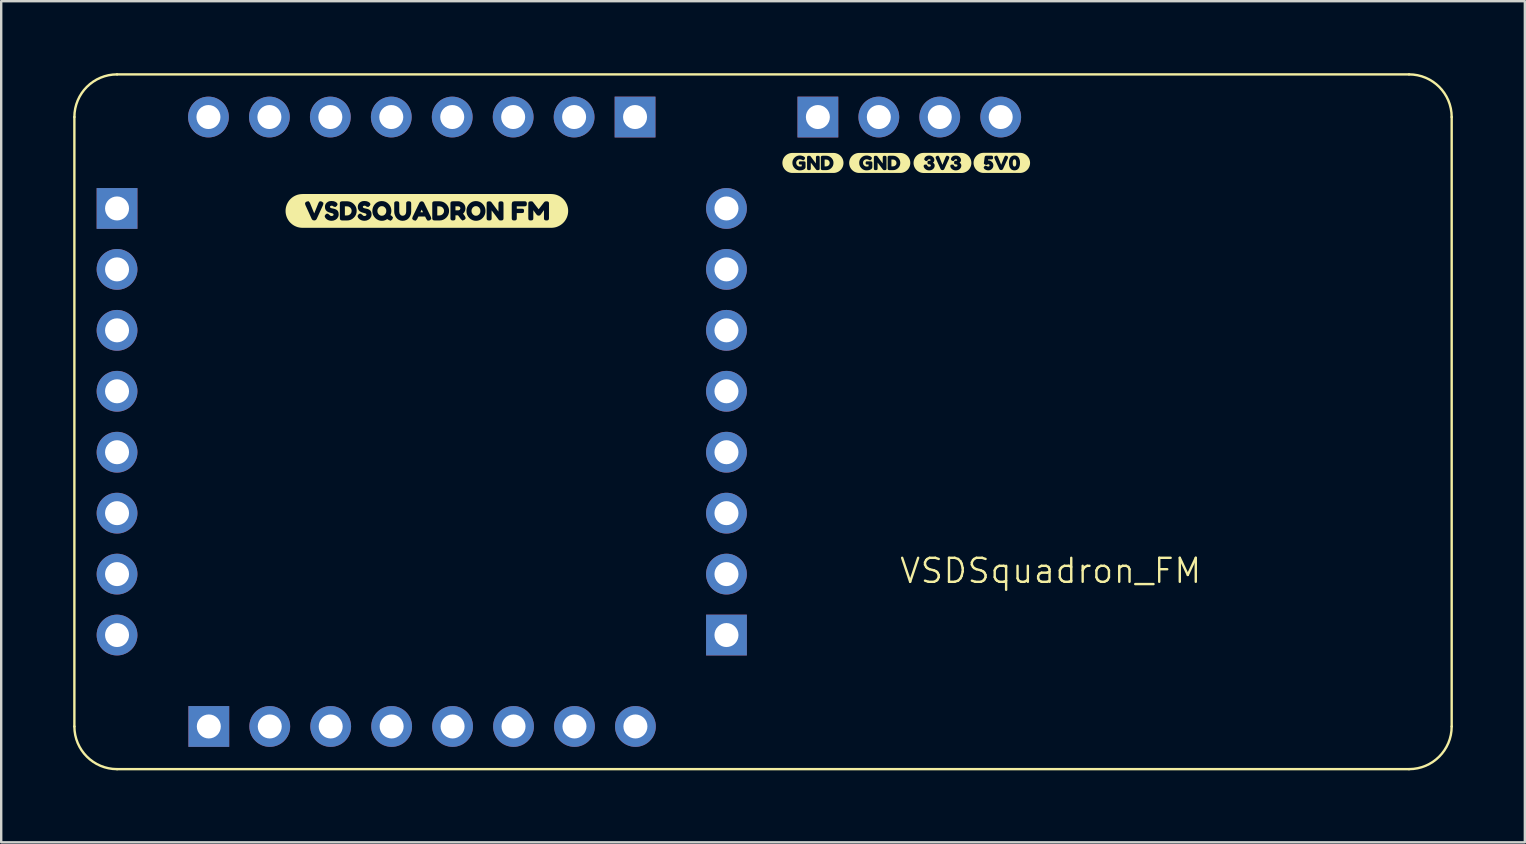
<source format=kicad_pcb>
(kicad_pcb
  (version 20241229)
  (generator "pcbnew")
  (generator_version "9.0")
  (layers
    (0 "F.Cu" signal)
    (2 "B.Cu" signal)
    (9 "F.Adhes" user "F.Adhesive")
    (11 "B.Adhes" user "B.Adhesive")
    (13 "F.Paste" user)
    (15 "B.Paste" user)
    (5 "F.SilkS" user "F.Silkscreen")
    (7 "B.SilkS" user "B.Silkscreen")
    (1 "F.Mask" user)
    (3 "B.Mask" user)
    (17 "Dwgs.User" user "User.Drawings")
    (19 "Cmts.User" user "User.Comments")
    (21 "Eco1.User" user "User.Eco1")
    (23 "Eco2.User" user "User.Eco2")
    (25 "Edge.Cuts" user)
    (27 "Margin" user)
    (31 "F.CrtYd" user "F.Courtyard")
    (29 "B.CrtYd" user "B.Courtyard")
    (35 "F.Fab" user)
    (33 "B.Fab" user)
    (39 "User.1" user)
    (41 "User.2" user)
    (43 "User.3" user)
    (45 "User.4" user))
  (footprint "VSDSquadron_FM"
    (layer "F.Cu")
    (at 40.741 21.241)
    (property "Reference" "VSDSquadron_FM" (at 0 -0.5 0) (unlocked yes) (layer "F.SilkS") (effects (font (size 1 1) (thickness 0.1))))
    (attr smd)
    (fp_line (start -40.691 5.987) (end -40.691 -19.413) (stroke (width 0.1) (type default)) (layer "F.SilkS"))
    (fp_line (start -38.913 -21.191) (end 14.935 -21.191) (stroke (width 0.1) (type default)) (layer "F.SilkS"))
    (fp_line (start 14.935 7.765) (end -38.913 7.765) (stroke (width 0.1) (type default)) (layer "F.SilkS"))
    (fp_line (start 16.713 -19.413) (end 16.713 5.987) (stroke (width 0.1) (type default)) (layer "F.SilkS"))
    (fp_arc (start -40.690764 -19.412764) (mid -40.17 -20.67) (end -38.912764 -21.190764) (stroke (width 0.1) (type default)) (layer "F.SilkS"))
    (fp_arc (start -38.912764 7.765236) (mid -40.17 7.244472) (end -40.690764 5.987236) (stroke (width 0.1) (type default)) (layer "F.SilkS"))
    (fp_arc (start 14.935236 -21.190764) (mid 16.192447 -20.669975) (end 16.713236 -19.412764) (stroke (width 0.1) (type default)) (layer "F.SilkS"))
    (fp_arc (start 16.713236 5.987236) (mid 16.192461 7.244461) (end 14.935236 7.765236) (stroke (width 0.1) (type default)) (layer "F.SilkS"))
    (fp_poly (pts (xy -26.215 -15.556) (xy -26.268 -15.445) (xy -26.161 -15.445) (xy -26.215 -15.556)) (stroke (width 0) (type solid)) (fill yes) (layer "F.SilkS"))
    (fp_poly (pts (xy -24.808 -15.525) (xy -24.682 -15.525) (xy -24.627 -15.546) (xy -24.601 -15.609) (xy -24.625 -15.668) (xy -24.684 -15.692) (xy -24.808 -15.692) (xy -24.808 -15.525)) (stroke (width 0) (type solid)) (fill yes) (layer "F.SilkS"))
    (fp_poly (pts (xy -29.417 -15.311) (xy -29.324 -15.311) (xy -29.252 -15.325) (xy -29.19 -15.367) (xy -29.148 -15.428) (xy -29.134 -15.501) (xy -29.148 -15.574) (xy -29.19 -15.636) (xy -29.252 -15.678) (xy -29.325 -15.692) (xy -29.417 -15.692) (xy -29.417 -15.311)) (stroke (width 0) (type solid)) (fill yes) (layer "F.SilkS"))
    (fp_poly (pts (xy -25.566 -15.311) (xy -25.473 -15.311) (xy -25.401 -15.325) (xy -25.339 -15.367) (xy -25.297 -15.428) (xy -25.283 -15.501) (xy -25.297 -15.574) (xy -25.339 -15.636) (xy -25.401 -15.678) (xy -25.474 -15.692) (xy -25.566 -15.692) (xy -25.566 -15.311)) (stroke (width 0) (type solid)) (fill yes) (layer "F.SilkS"))
    (fp_poly (pts (xy -9.422 -17.357) (xy -9.352 -17.357) (xy -9.298 -17.367) (xy -9.252 -17.398) (xy -9.22 -17.444) (xy -9.21 -17.499) (xy -9.22 -17.554) (xy -9.252 -17.6) (xy -9.298 -17.632) (xy -9.353 -17.642) (xy -9.422 -17.642) (xy -9.422 -17.357)) (stroke (width 0) (type solid)) (fill yes) (layer "F.SilkS"))
    (fp_poly (pts (xy -6.638 -17.357) (xy -6.568 -17.357) (xy -6.514 -17.367) (xy -6.468 -17.398) (xy -6.436 -17.444) (xy -6.426 -17.499) (xy -6.436 -17.554) (xy -6.468 -17.6) (xy -6.514 -17.632) (xy -6.569 -17.642) (xy -6.638 -17.642) (xy -6.638 -17.357)) (stroke (width 0) (type solid)) (fill yes) (layer "F.SilkS"))
    (fp_poly (pts (xy -27.876 -15.297) (xy -27.804 -15.312) (xy -27.743 -15.355) (xy -27.702 -15.42) (xy -27.689 -15.499) (xy -27.702 -15.577) (xy -27.744 -15.642) (xy -27.804 -15.687) (xy -27.875 -15.701) (xy -27.947 -15.687) (xy -28.008 -15.642) (xy -28.049 -15.577) (xy -28.063 -15.499) (xy -28.049 -15.421) (xy -28.008 -15.356) (xy -27.948 -15.312) (xy -27.876 -15.297)) (stroke (width 0) (type solid)) (fill yes) (layer "F.SilkS"))
    (fp_poly (pts (xy -23.954 -15.297) (xy -23.881 -15.312) (xy -23.821 -15.355) (xy -23.78 -15.42) (xy -23.767 -15.499) (xy -23.78 -15.577) (xy -23.821 -15.642) (xy -23.882 -15.687) (xy -23.953 -15.701) (xy -24.025 -15.687) (xy -24.086 -15.642) (xy -24.127 -15.577) (xy -24.141 -15.499) (xy -24.127 -15.422) (xy -24.085 -15.357) (xy -24.025 -15.312) (xy -23.954 -15.297)) (stroke (width 0) (type solid)) (fill yes) (layer "F.SilkS"))
    (fp_poly (pts (xy -1.51 -17.348) (xy -1.474 -17.36) (xy -1.452 -17.386) (xy -1.441 -17.425) (xy -1.436 -17.462) (xy -1.436 -17.497) (xy -1.436 -17.501) (xy -1.44 -17.568) (xy -1.454 -17.616) (xy -1.477 -17.644) (xy -1.509 -17.654) (xy -1.541 -17.644) (xy -1.564 -17.615) (xy -1.578 -17.567) (xy -1.583 -17.5) (xy -1.578 -17.434) (xy -1.564 -17.386) (xy -1.542 -17.358) (xy -1.51 -17.348)) (stroke (width 0) (type solid)) (fill yes) (layer "F.SilkS"))
    (fp_poly (pts (xy -2.795 -17.922) (xy -2.796 -17.922) (xy -2.837 -17.92) (xy -2.877 -17.914) (xy -2.917 -17.904) (xy -2.956 -17.89) (xy -2.993 -17.872) (xy -3.029 -17.851) (xy -3.062 -17.826) (xy -3.092 -17.799) (xy -3.12 -17.768) (xy -3.144 -17.735) (xy -3.165 -17.7) (xy -3.183 -17.663) (xy -3.197 -17.624) (xy -3.207 -17.584) (xy -3.213 -17.543) (xy -3.215 -17.502) (xy -3.213 -17.461) (xy -3.207 -17.421) (xy -3.197 -17.381) (xy -3.183 -17.342) (xy -3.165 -17.305) (xy -3.144 -17.269) (xy -3.12 -17.236) (xy -3.092 -17.206) (xy -3.062 -17.178) (xy -3.029 -17.154) (xy -2.993 -17.133) (xy -2.956 -17.115) (xy -2.917 -17.101) (xy -2.877 -17.091) (xy -2.837 -17.085) (xy -2.796 -17.083) (xy -2.795 -17.083) (xy -2.597 -17.083) (xy -2.597 -17.19) (xy -2.644 -17.194) (xy -2.686 -17.205) (xy -2.745 -17.235) (xy -2.763 -17.25) (xy -2.795 -17.303) (xy -2.764 -17.361) (xy -2.711 -17.39) (xy -2.652 -17.362) (xy -2.602 -17.348) (xy -2.561 -17.361) (xy -2.547 -17.397) (xy -2.562 -17.433) (xy -2.6 -17.447) (xy -2.633 -17.435) (xy -2.681 -17.414) (xy -2.737 -17.432) (xy -2.775 -17.457) (xy -2.786 -17.482) (xy -2.754 -17.726) (xy -2.75 -17.75) (xy -2.74 -17.774) (xy -2.716 -17.796) (xy -2.675 -17.804) (xy -2.479 -17.803) (xy -2.449 -17.802) (xy -2.426 -17.793) (xy -2.407 -17.769) (xy -2.401 -17.723) (xy -2.406 -17.68) (xy -2.425 -17.657) (xy -2.447 -17.649) (xy -2.474 -17.648) (xy -2.607 -17.648) (xy -2.613 -17.602) (xy -2.598 -17.604) (xy -2.594 -17.604) (xy -2.542 -17.597) (xy -2.494 -17.577) (xy -2.45 -17.544) (xy -2.416 -17.501) (xy -2.395 -17.454) (xy -2.389 -17.403) (xy -2.395 -17.346) (xy -2.415 -17.296) (xy -2.449 -17.252) (xy -2.492 -17.218) (xy -2.541 -17.197) (xy -2.597 -17.19) (xy -2.597 -17.083) (xy -2.062 -17.083) (xy -2.062 -17.202) (xy -2.111 -17.213) (xy -2.14 -17.245) (xy -2.343 -17.692) (xy -2.352 -17.752) (xy -2.304 -17.793) (xy -2.239 -17.806) (xy -2.2 -17.757) (xy -2.064 -17.423) (xy -1.929 -17.757) (xy -1.888 -17.805) (xy -1.825 -17.793) (xy -1.775 -17.752) (xy -1.785 -17.692) (xy -1.989 -17.245) (xy -2.018 -17.214) (xy -2.062 -17.202) (xy -2.062 -17.083) (xy -1.506 -17.083) (xy -1.506 -17.19) (xy -1.552 -17.194) (xy -1.593 -17.205) (xy -1.628 -17.222) (xy -1.656 -17.246) (xy -1.698 -17.302) (xy -1.713 -17.335) (xy -1.724 -17.37) (xy -1.736 -17.438) (xy -1.74 -17.501) (xy -1.739 -17.537) (xy -1.735 -17.573) (xy -1.728 -17.611) (xy -1.716 -17.654) (xy -1.699 -17.696) (xy -1.677 -17.732) (xy -1.648 -17.763) (xy -1.609 -17.788) (xy -1.562 -17.805) (xy -1.508 -17.811) (xy -1.455 -17.805) (xy -1.409 -17.789) (xy -1.371 -17.764) (xy -1.342 -17.733) (xy -1.32 -17.697) (xy -1.303 -17.656) (xy -1.291 -17.614) (xy -1.283 -17.575) (xy -1.28 -17.538) (xy -1.279 -17.5) (xy -1.28 -17.462) (xy -1.284 -17.423) (xy -1.292 -17.384) (xy -1.304 -17.342) (xy -1.321 -17.301) (xy -1.343 -17.266) (xy -1.372 -17.236) (xy -1.409 -17.212) (xy -1.455 -17.196) (xy -1.506 -17.19) (xy -1.506 -17.083) (xy -1.279 -17.083) (xy -1.279 -17.083) (xy -1.238 -17.085) (xy -1.197 -17.091) (xy -1.157 -17.101) (xy -1.118 -17.115) (xy -1.081 -17.133) (xy -1.046 -17.154) (xy -1.013 -17.178) (xy -0.982 -17.206) (xy -0.955 -17.236) (xy -0.93 -17.269) (xy -0.909 -17.305) (xy -0.891 -17.342) (xy -0.877 -17.381) (xy -0.867 -17.421) (xy -0.861 -17.461) (xy -0.859 -17.502) (xy -0.861 -17.543) (xy -0.867 -17.584) (xy -0.877 -17.624) (xy -0.891 -17.663) (xy -0.909 -17.7) (xy -0.93 -17.735) (xy -0.955 -17.768) (xy -0.982 -17.799) (xy -1.013 -17.826) (xy -1.046 -17.851) (xy -1.081 -17.872) (xy -1.118 -17.89) (xy -1.157 -17.904) (xy -1.197 -17.914) (xy -1.238 -17.92) (xy -1.279 -17.922) (xy -1.279 -17.922) (xy -2.795 -17.922)) (stroke (width 0) (type solid)) (fill yes) (layer "F.SilkS"))
    (fp_poly (pts (xy -10.765 -17.917) (xy -10.765 -17.917) (xy -10.806 -17.915) (xy -10.847 -17.909) (xy -10.886 -17.899) (xy -10.925 -17.885) (xy -10.962 -17.868) (xy -10.997 -17.847) (xy -11.03 -17.822) (xy -11.06 -17.795) (xy -11.088 -17.765) (xy -11.112 -17.732) (xy -11.133 -17.697) (xy -11.151 -17.66) (xy -11.165 -17.621) (xy -11.174 -17.581) (xy -11.18 -17.541) (xy -11.182 -17.5) (xy -11.18 -17.459) (xy -11.174 -17.419) (xy -11.165 -17.379) (xy -11.151 -17.34) (xy -11.133 -17.303) (xy -11.112 -17.268) (xy -11.088 -17.235) (xy -11.06 -17.205) (xy -11.03 -17.178) (xy -10.997 -17.153) (xy -10.962 -17.132) (xy -10.925 -17.115) (xy -10.886 -17.101) (xy -10.847 -17.091) (xy -10.806 -17.085) (xy -10.765 -17.083) (xy -10.765 -17.083) (xy -10.463 -17.083) (xy -10.463 -17.19) (xy -10.523 -17.196) (xy -10.578 -17.214) (xy -10.629 -17.243) (xy -10.676 -17.284) (xy -10.715 -17.333) (xy -10.743 -17.386) (xy -10.76 -17.445) (xy -10.765 -17.508) (xy -10.76 -17.568) (xy -10.743 -17.623) (xy -10.714 -17.674) (xy -10.675 -17.721) (xy -10.627 -17.76) (xy -10.575 -17.788) (xy -10.518 -17.804) (xy -10.457 -17.81) (xy -10.413 -17.807) (xy -10.365 -17.797) (xy -10.32 -17.783) (xy -10.283 -17.763) (xy -10.259 -17.745) (xy -10.243 -17.727) (xy -10.235 -17.703) (xy -10.255 -17.655) (xy -10.286 -17.62) (xy -10.318 -17.609) (xy -10.364 -17.629) (xy -10.408 -17.647) (xy -10.461 -17.653) (xy -10.518 -17.642) (xy -10.565 -17.61) (xy -10.597 -17.563) (xy -10.608 -17.506) (xy -10.597 -17.447) (xy -10.564 -17.396) (xy -10.515 -17.361) (xy -10.46 -17.349) (xy -10.41 -17.352) (xy -10.374 -17.36) (xy -10.374 -17.434) (xy -10.437 -17.434) (xy -10.461 -17.435) (xy -10.479 -17.442) (xy -10.493 -17.462) (xy -10.497 -17.501) (xy -10.493 -17.539) (xy -10.477 -17.559) (xy -10.458 -17.566) (xy -10.435 -17.567) (xy -10.285 -17.567) (xy -10.252 -17.561) (xy -10.231 -17.55) (xy -10.221 -17.533) (xy -10.217 -17.514) (xy -10.217 -17.492) (xy -10.217 -17.316) (xy -10.237 -17.267) (xy -10.262 -17.243) (xy -10.293 -17.224) (xy -10.341 -17.205) (xy -10.397 -17.194) (xy -10.463 -17.19) (xy -10.463 -17.083) (xy -10.077 -17.083) (xy -10.077 -17.199) (xy -10.121 -17.205) (xy -10.144 -17.224) (xy -10.152 -17.248) (xy -10.154 -17.278) (xy -10.154 -17.723) (xy -10.152 -17.752) (xy -10.144 -17.775) (xy -10.12 -17.793) (xy -10.075 -17.799) (xy -10.036 -17.794) (xy -10.014 -17.783) (xy -9.999 -17.765) (xy -9.784 -17.477) (xy -9.784 -17.723) (xy -9.782 -17.752) (xy -9.774 -17.774) (xy -9.75 -17.793) (xy -9.705 -17.799) (xy -9.661 -17.793) (xy -9.636 -17.773) (xy -9.628 -17.749) (xy -9.627 -17.72) (xy -9.627 -17.277) (xy -9.628 -17.247) (xy -9.636 -17.224) (xy -9.661 -17.205) (xy -9.706 -17.199) (xy -9.75 -17.203) (xy -9.776 -17.222) (xy -9.998 -17.515) (xy -9.998 -17.277) (xy -9.999 -17.247) (xy -10.007 -17.224) (xy -10.031 -17.205) (xy -10.077 -17.199) (xy -10.077 -17.083) (xy -9.501 -17.083) (xy -9.501 -17.2) (xy -9.544 -17.206) (xy -9.568 -17.224) (xy -9.577 -17.248) (xy -9.579 -17.279) (xy -9.579 -17.722) (xy -9.578 -17.751) (xy -9.57 -17.775) (xy -9.545 -17.794) (xy -9.5 -17.8) (xy -9.352 -17.8) (xy -9.293 -17.794) (xy -9.238 -17.778) (xy -9.188 -17.75) (xy -9.141 -17.712) (xy -9.103 -17.666) (xy -9.075 -17.616) (xy -9.058 -17.561) (xy -9.053 -17.503) (xy -9.058 -17.442) (xy -9.075 -17.386) (xy -9.103 -17.335) (xy -9.141 -17.288) (xy -9.188 -17.25) (xy -9.239 -17.222) (xy -9.295 -17.205) (xy -9.355 -17.2) (xy -9.501 -17.2) (xy -9.501 -17.083) (xy -9.053 -17.083) (xy -9.053 -17.083) (xy -9.012 -17.085) (xy -8.971 -17.091) (xy -8.932 -17.101) (xy -8.893 -17.115) (xy -8.856 -17.132) (xy -8.821 -17.153) (xy -8.788 -17.178) (xy -8.758 -17.205) (xy -8.73 -17.235) (xy -8.706 -17.268) (xy -8.685 -17.303) (xy -8.667 -17.34) (xy -8.654 -17.379) (xy -8.644 -17.419) (xy -8.638 -17.459) (xy -8.636 -17.5) (xy -8.638 -17.541) (xy -8.644 -17.581) (xy -8.654 -17.621) (xy -8.667 -17.66) (xy -8.685 -17.697) (xy -8.706 -17.732) (xy -8.73 -17.765) (xy -8.758 -17.795) (xy -8.788 -17.822) (xy -8.821 -17.847) (xy -8.856 -17.868) (xy -8.893 -17.885) (xy -8.932 -17.899) (xy -8.971 -17.909) (xy -9.012 -17.915) (xy -9.053 -17.917) (xy -9.053 -17.917) (xy -10.765 -17.917)) (stroke (width 0) (type solid)) (fill yes) (layer "F.SilkS"))
    (fp_poly (pts (xy -7.981 -17.917) (xy -7.981 -17.917) (xy -8.022 -17.915) (xy -8.063 -17.909) (xy -8.102 -17.899) (xy -8.141 -17.885) (xy -8.178 -17.868) (xy -8.213 -17.847) (xy -8.246 -17.822) (xy -8.276 -17.795) (xy -8.304 -17.765) (xy -8.328 -17.732) (xy -8.349 -17.697) (xy -8.367 -17.66) (xy -8.38 -17.621) (xy -8.39 -17.581) (xy -8.396 -17.541) (xy -8.398 -17.5) (xy -8.396 -17.459) (xy -8.39 -17.419) (xy -8.38 -17.379) (xy -8.367 -17.34) (xy -8.349 -17.303) (xy -8.328 -17.268) (xy -8.304 -17.235) (xy -8.276 -17.205) (xy -8.246 -17.178) (xy -8.213 -17.153) (xy -8.178 -17.132) (xy -8.141 -17.115) (xy -8.102 -17.101) (xy -8.063 -17.091) (xy -8.022 -17.085) (xy -7.981 -17.083) (xy -7.981 -17.083) (xy -7.679 -17.083) (xy -7.679 -17.19) (xy -7.739 -17.196) (xy -7.794 -17.214) (xy -7.845 -17.243) (xy -7.892 -17.284) (xy -7.931 -17.333) (xy -7.959 -17.386) (xy -7.976 -17.445) (xy -7.981 -17.508) (xy -7.975 -17.568) (xy -7.958 -17.623) (xy -7.93 -17.674) (xy -7.891 -17.721) (xy -7.843 -17.76) (xy -7.791 -17.788) (xy -7.734 -17.804) (xy -7.673 -17.81) (xy -7.628 -17.807) (xy -7.581 -17.797) (xy -7.536 -17.783) (xy -7.499 -17.763) (xy -7.475 -17.745) (xy -7.459 -17.727) (xy -7.451 -17.703) (xy -7.47 -17.655) (xy -7.502 -17.62) (xy -7.534 -17.609) (xy -7.58 -17.629) (xy -7.624 -17.647) (xy -7.677 -17.653) (xy -7.734 -17.642) (xy -7.781 -17.61) (xy -7.813 -17.563) (xy -7.824 -17.506) (xy -7.813 -17.447) (xy -7.779 -17.396) (xy -7.731 -17.361) (xy -7.676 -17.349) (xy -7.626 -17.352) (xy -7.59 -17.36) (xy -7.59 -17.434) (xy -7.653 -17.434) (xy -7.676 -17.435) (xy -7.694 -17.442) (xy -7.709 -17.462) (xy -7.713 -17.501) (xy -7.709 -17.539) (xy -7.693 -17.559) (xy -7.674 -17.566) (xy -7.651 -17.567) (xy -7.5 -17.567) (xy -7.467 -17.561) (xy -7.447 -17.55) (xy -7.437 -17.533) (xy -7.433 -17.514) (xy -7.433 -17.492) (xy -7.433 -17.316) (xy -7.453 -17.267) (xy -7.477 -17.243) (xy -7.509 -17.224) (xy -7.557 -17.205) (xy -7.613 -17.194) (xy -7.679 -17.19) (xy -7.679 -17.083) (xy -7.293 -17.083) (xy -7.293 -17.199) (xy -7.337 -17.205) (xy -7.36 -17.224) (xy -7.368 -17.248) (xy -7.37 -17.278) (xy -7.37 -17.723) (xy -7.368 -17.752) (xy -7.36 -17.775) (xy -7.336 -17.793) (xy -7.291 -17.799) (xy -7.252 -17.794) (xy -7.23 -17.783) (xy -7.215 -17.765) (xy -7 -17.477) (xy -7 -17.723) (xy -6.998 -17.752) (xy -6.99 -17.774) (xy -6.966 -17.793) (xy -6.921 -17.799) (xy -6.876 -17.793) (xy -6.852 -17.773) (xy -6.844 -17.749) (xy -6.843 -17.72) (xy -6.843 -17.277) (xy -6.844 -17.247) (xy -6.852 -17.224) (xy -6.876 -17.205) (xy -6.922 -17.199) (xy -6.966 -17.203) (xy -6.991 -17.222) (xy -7.214 -17.515) (xy -7.214 -17.277) (xy -7.215 -17.247) (xy -7.223 -17.224) (xy -7.247 -17.205) (xy -7.293 -17.199) (xy -7.293 -17.083) (xy -6.717 -17.083) (xy -6.717 -17.2) (xy -6.76 -17.206) (xy -6.784 -17.224) (xy -6.793 -17.248) (xy -6.795 -17.279) (xy -6.795 -17.722) (xy -6.794 -17.751) (xy -6.785 -17.775) (xy -6.761 -17.794) (xy -6.716 -17.8) (xy -6.568 -17.8) (xy -6.509 -17.794) (xy -6.454 -17.778) (xy -6.403 -17.75) (xy -6.357 -17.712) (xy -6.318 -17.666) (xy -6.291 -17.616) (xy -6.274 -17.561) (xy -6.269 -17.503) (xy -6.274 -17.442) (xy -6.291 -17.386) (xy -6.318 -17.335) (xy -6.357 -17.288) (xy -6.404 -17.25) (xy -6.455 -17.222) (xy -6.51 -17.205) (xy -6.571 -17.2) (xy -6.717 -17.2) (xy -6.717 -17.083) (xy -6.269 -17.083) (xy -6.269 -17.083) (xy -6.228 -17.085) (xy -6.187 -17.091) (xy -6.148 -17.101) (xy -6.109 -17.115) (xy -6.072 -17.132) (xy -6.037 -17.153) (xy -6.004 -17.178) (xy -5.974 -17.205) (xy -5.946 -17.235) (xy -5.922 -17.268) (xy -5.901 -17.303) (xy -5.883 -17.34) (xy -5.869 -17.379) (xy -5.859 -17.419) (xy -5.853 -17.459) (xy -5.851 -17.5) (xy -5.853 -17.541) (xy -5.859 -17.581) (xy -5.869 -17.621) (xy -5.883 -17.66) (xy -5.901 -17.697) (xy -5.922 -17.732) (xy -5.946 -17.765) (xy -5.974 -17.795) (xy -6.004 -17.822) (xy -6.037 -17.847) (xy -6.072 -17.868) (xy -6.109 -17.885) (xy -6.148 -17.899) (xy -6.187 -17.909) (xy -6.228 -17.915) (xy -6.269 -17.917) (xy -6.269 -17.917) (xy -7.981 -17.917)) (stroke (width 0) (type solid)) (fill yes) (layer "F.SilkS"))
    (fp_poly (pts (xy -5.296 -17.919) (xy -5.296 -17.919) (xy -5.337 -17.917) (xy -5.378 -17.911) (xy -5.418 -17.901) (xy -5.456 -17.887) (xy -5.493 -17.869) (xy -5.529 -17.848) (xy -5.562 -17.824) (xy -5.592 -17.796) (xy -5.62 -17.766) (xy -5.644 -17.733) (xy -5.665 -17.697) (xy -5.683 -17.66) (xy -5.697 -17.622) (xy -5.707 -17.582) (xy -5.713 -17.541) (xy -5.715 -17.5) (xy -5.713 -17.459) (xy -5.707 -17.418) (xy -5.697 -17.378) (xy -5.683 -17.34) (xy -5.665 -17.303) (xy -5.644 -17.267) (xy -5.62 -17.234) (xy -5.592 -17.204) (xy -5.562 -17.176) (xy -5.529 -17.152) (xy -5.493 -17.131) (xy -5.456 -17.113) (xy -5.418 -17.099) (xy -5.378 -17.089) (xy -5.337 -17.083) (xy -5.296 -17.081) (xy -5.296 -17.081) (xy -5.067 -17.081) (xy -5.067 -17.188) (xy -5.125 -17.195) (xy -5.179 -17.214) (xy -5.227 -17.246) (xy -5.265 -17.287) (xy -5.288 -17.332) (xy -5.296 -17.381) (xy -5.274 -17.421) (xy -5.21 -17.435) (xy -5.163 -17.425) (xy -5.138 -17.385) (xy -5.136 -17.38) (xy -5.13 -17.37) (xy -5.117 -17.357) (xy -5.096 -17.347) (xy -5.066 -17.342) (xy -5.012 -17.355) (xy -4.992 -17.391) (xy -5.009 -17.428) (xy -5.058 -17.441) (xy -5.082 -17.441) (xy -5.102 -17.445) (xy -5.121 -17.455) (xy -5.131 -17.478) (xy -5.136 -17.515) (xy -5.131 -17.558) (xy -5.113 -17.581) (xy -5.091 -17.588) (xy -5.063 -17.589) (xy -5.057 -17.589) (xy -5.017 -17.595) (xy -5.005 -17.617) (xy -5.019 -17.646) (xy -5.058 -17.657) (xy -5.095 -17.648) (xy -5.12 -17.623) (xy -5.146 -17.587) (xy -5.182 -17.577) (xy -5.228 -17.593) (xy -5.271 -17.64) (xy -5.258 -17.699) (xy -5.257 -17.702) (xy -5.252 -17.712) (xy -5.244 -17.726) (xy -5.23 -17.743) (xy -5.211 -17.761) (xy -5.186 -17.779) (xy -5.154 -17.794) (xy -5.114 -17.804) (xy -5.067 -17.808) (xy -5.004 -17.802) (xy -4.951 -17.782) (xy -4.907 -17.75) (xy -4.874 -17.709) (xy -4.854 -17.666) (xy -4.847 -17.62) (xy -4.862 -17.557) (xy -4.906 -17.515) (xy -4.858 -17.468) (xy -4.841 -17.434) (xy -4.835 -17.393) (xy -4.842 -17.337) (xy -4.864 -17.288) (xy -4.901 -17.246) (xy -4.948 -17.214) (xy -5.004 -17.195) (xy -5.067 -17.188) (xy -5.067 -17.081) (xy -4.509 -17.081) (xy -4.509 -17.2) (xy -4.557 -17.21) (xy -4.586 -17.242) (xy -4.789 -17.69) (xy -4.798 -17.749) (xy -4.75 -17.79) (xy -4.686 -17.803) (xy -4.646 -17.754) (xy -4.511 -17.42) (xy -4.375 -17.754) (xy -4.335 -17.803) (xy -4.271 -17.79) (xy -4.222 -17.749) (xy -4.232 -17.69) (xy -4.435 -17.242) (xy -4.465 -17.211) (xy -4.509 -17.2) (xy -4.509 -17.081) (xy -3.957 -17.081) (xy -3.957 -17.188) (xy -4.016 -17.195) (xy -4.069 -17.214) (xy -4.117 -17.246) (xy -4.156 -17.287) (xy -4.178 -17.332) (xy -4.186 -17.381) (xy -4.165 -17.421) (xy -4.1 -17.435) (xy -4.053 -17.425) (xy -4.028 -17.385) (xy -4.026 -17.38) (xy -4.02 -17.37) (xy -4.007 -17.357) (xy -3.986 -17.347) (xy -3.956 -17.342) (xy -3.902 -17.355) (xy -3.882 -17.391) (xy -3.899 -17.428) (xy -3.948 -17.441) (xy -3.972 -17.441) (xy -3.992 -17.445) (xy -4.011 -17.455) (xy -4.021 -17.478) (xy -4.026 -17.515) (xy -4.021 -17.558) (xy -4.003 -17.581) (xy -3.981 -17.588) (xy -3.953 -17.589) (xy -3.947 -17.589) (xy -3.908 -17.595) (xy -3.895 -17.617) (xy -3.909 -17.646) (xy -3.948 -17.657) (xy -3.985 -17.648) (xy -4.01 -17.623) (xy -4.036 -17.587) (xy -4.072 -17.577) (xy -4.118 -17.593) (xy -4.161 -17.64) (xy -4.148 -17.699) (xy -4.147 -17.702) (xy -4.142 -17.712) (xy -4.134 -17.726) (xy -4.12 -17.743) (xy -4.101 -17.761) (xy -4.076 -17.779) (xy -4.044 -17.794) (xy -4.005 -17.804) (xy -3.957 -17.808) (xy -3.894 -17.802) (xy -3.841 -17.782) (xy -3.797 -17.75) (xy -3.764 -17.709) (xy -3.744 -17.666) (xy -3.737 -17.62) (xy -3.752 -17.557) (xy -3.796 -17.515) (xy -3.748 -17.468) (xy -3.731 -17.434) (xy -3.725 -17.393) (xy -3.732 -17.337) (xy -3.754 -17.288) (xy -3.791 -17.246) (xy -3.838 -17.214) (xy -3.894 -17.195) (xy -3.957 -17.188) (xy -3.957 -17.081) (xy -3.725 -17.081) (xy -3.725 -17.081) (xy -3.684 -17.083) (xy -3.643 -17.089) (xy -3.603 -17.099) (xy -3.565 -17.113) (xy -3.528 -17.131) (xy -3.492 -17.152) (xy -3.459 -17.176) (xy -3.429 -17.204) (xy -3.401 -17.234) (xy -3.377 -17.267) (xy -3.356 -17.303) (xy -3.338 -17.34) (xy -3.324 -17.378) (xy -3.314 -17.418) (xy -3.308 -17.459) (xy -3.306 -17.5) (xy -3.308 -17.541) (xy -3.314 -17.582) (xy -3.324 -17.622) (xy -3.338 -17.66) (xy -3.356 -17.697) (xy -3.377 -17.733) (xy -3.401 -17.766) (xy -3.429 -17.796) (xy -3.459 -17.824) (xy -3.492 -17.848) (xy -3.528 -17.869) (xy -3.565 -17.887) (xy -3.603 -17.901) (xy -3.643 -17.911) (xy -3.684 -17.917) (xy -3.725 -17.919) (xy -3.725 -17.919) (xy -5.296 -17.919)) (stroke (width 0) (type solid)) (fill yes) (layer "F.SilkS"))
    (fp_poly (pts (xy -31.09 -16.204) (xy -31.186 -16.204) (xy -31.254 -16.2) (xy -31.323 -16.19) (xy -31.39 -16.174) (xy -31.455 -16.15) (xy -31.517 -16.121) (xy -31.577 -16.085) (xy -31.632 -16.044) (xy -31.683 -15.998) (xy -31.73 -15.947) (xy -31.771 -15.891) (xy -31.806 -15.832) (xy -31.836 -15.769) (xy -31.859 -15.704) (xy -31.876 -15.637) (xy -31.886 -15.569) (xy -31.889 -15.5) (xy -31.886 -15.431) (xy -31.876 -15.363) (xy -31.859 -15.296) (xy -31.836 -15.231) (xy -31.806 -15.168) (xy -31.771 -15.109) (xy -31.73 -15.053) (xy -31.683 -15.002) (xy -31.632 -14.956) (xy -31.577 -14.915) (xy -31.517 -14.879) (xy -31.455 -14.85) (xy -31.39 -14.826) (xy -31.323 -14.81) (xy -31.254 -14.8) (xy -31.186 -14.796) (xy -31.09 -14.796) (xy -30.693 -14.796) (xy -30.693 -15.102) (xy -30.757 -15.116) (xy -30.796 -15.159) (xy -31.067 -15.755) (xy -31.079 -15.835) (xy -31.015 -15.889) (xy -30.929 -15.906) (xy -30.876 -15.841) (xy -30.695 -15.396) (xy -30.514 -15.841) (xy -30.461 -15.906) (xy -30.376 -15.889) (xy -30.31 -15.834) (xy -30.323 -15.755) (xy -30.595 -15.159) (xy -30.634 -15.117) (xy -30.693 -15.102) (xy -30.693 -14.796) (xy -29.969 -14.796) (xy -29.969 -15.089) (xy -30.033 -15.094) (xy -30.086 -15.107) (xy -30.13 -15.126) (xy -30.166 -15.147) (xy -30.193 -15.17) (xy -30.213 -15.19) (xy -30.226 -15.206) (xy -30.233 -15.214) (xy -30.262 -15.288) (xy -30.213 -15.362) (xy -30.166 -15.388) (xy -30.116 -15.38) (xy -30.065 -15.339) (xy -30.018 -15.297) (xy -29.973 -15.286) (xy -29.906 -15.303) (xy -29.885 -15.356) (xy -29.915 -15.391) (xy -30.005 -15.418) (xy -30.059 -15.433) (xy -30.102 -15.448) (xy -30.167 -15.485) (xy -30.212 -15.534) (xy -30.24 -15.596) (xy -30.249 -15.671) (xy -30.24 -15.737) (xy -30.215 -15.795) (xy -30.172 -15.845) (xy -30.117 -15.884) (xy -30.052 -15.907) (xy -29.979 -15.914) (xy -29.892 -15.907) (xy -29.82 -15.884) (xy -29.76 -15.846) (xy -29.719 -15.787) (xy -29.746 -15.716) (xy -29.814 -15.661) (xy -29.891 -15.682) (xy -29.904 -15.693) (xy -29.92 -15.706) (xy -29.942 -15.715) (xy -29.98 -15.719) (xy -30.022 -15.704) (xy -30.041 -15.669) (xy -30.021 -15.632) (xy -29.975 -15.612) (xy -29.906 -15.598) (xy -29.832 -15.58) (xy -29.768 -15.55) (xy -29.717 -15.507) (xy -29.685 -15.445) (xy -29.674 -15.359) (xy -29.679 -15.305) (xy -29.694 -15.255) (xy -29.744 -15.178) (xy -29.814 -15.127) (xy -29.892 -15.098) (xy -29.969 -15.089) (xy -29.969 -14.796) (xy -29.522 -14.796) (xy -29.522 -15.102) (xy -29.58 -15.11) (xy -29.611 -15.134) (xy -29.623 -15.166) (xy -29.626 -15.207) (xy -29.626 -15.799) (xy -29.625 -15.837) (xy -29.614 -15.869) (xy -29.582 -15.894) (xy -29.521 -15.902) (xy -29.324 -15.902) (xy -29.245 -15.894) (xy -29.172 -15.873) (xy -29.104 -15.836) (xy -29.043 -15.785) (xy -28.991 -15.724) (xy -28.954 -15.657) (xy -28.932 -15.584) (xy -28.925 -15.506) (xy -28.932 -15.425) (xy -28.954 -15.351) (xy -28.991 -15.282) (xy -29.043 -15.22) (xy -29.105 -15.168) (xy -29.173 -15.131) (xy -29.247 -15.109) (xy -29.328 -15.102) (xy -29.522 -15.102) (xy -29.522 -14.796) (xy -28.599 -14.796) (xy -28.599 -15.089) (xy -28.663 -15.094) (xy -28.716 -15.107) (xy -28.761 -15.126) (xy -28.796 -15.147) (xy -28.823 -15.17) (xy -28.843 -15.19) (xy -28.856 -15.206) (xy -28.863 -15.214) (xy -28.892 -15.288) (xy -28.843 -15.362) (xy -28.796 -15.388) (xy -28.746 -15.38) (xy -28.695 -15.339) (xy -28.648 -15.297) (xy -28.603 -15.286) (xy -28.536 -15.303) (xy -28.515 -15.356) (xy -28.545 -15.391) (xy -28.635 -15.418) (xy -28.689 -15.433) (xy -28.732 -15.448) (xy -28.797 -15.485) (xy -28.842 -15.534) (xy -28.87 -15.596) (xy -28.879 -15.671) (xy -28.87 -15.737) (xy -28.845 -15.795) (xy -28.802 -15.845) (xy -28.747 -15.884) (xy -28.682 -15.907) (xy -28.609 -15.914) (xy -28.523 -15.907) (xy -28.45 -15.884) (xy -28.39 -15.846) (xy -28.349 -15.787) (xy -28.377 -15.716) (xy -28.444 -15.661) (xy -28.521 -15.682) (xy -28.534 -15.693) (xy -28.55 -15.706) (xy -28.572 -15.715) (xy -28.61 -15.719) (xy -28.652 -15.704) (xy -28.671 -15.669) (xy -28.651 -15.632) (xy -28.605 -15.612) (xy -28.536 -15.598) (xy -28.462 -15.58) (xy -28.398 -15.55) (xy -28.347 -15.507) (xy -28.315 -15.445) (xy -28.304 -15.359) (xy -28.309 -15.305) (xy -28.324 -15.255) (xy -28.374 -15.178) (xy -28.444 -15.127) (xy -28.522 -15.098) (xy -28.599 -15.089) (xy -28.599 -14.796) (xy -27.871 -14.796) (xy -27.871 -15.088) (xy -27.951 -15.095) (xy -28.025 -15.118) (xy -28.093 -15.155) (xy -28.155 -15.207) (xy -28.206 -15.27) (xy -28.243 -15.338) (xy -28.265 -15.413) (xy -28.272 -15.494) (xy -28.265 -15.578) (xy -28.244 -15.655) (xy -28.208 -15.726) (xy -28.158 -15.79) (xy -28.098 -15.843) (xy -28.031 -15.881) (xy -27.959 -15.903) (xy -27.88 -15.911) (xy -27.799 -15.903) (xy -27.725 -15.881) (xy -27.658 -15.844) (xy -27.596 -15.791) (xy -27.545 -15.728) (xy -27.508 -15.658) (xy -27.487 -15.582) (xy -27.479 -15.499) (xy -27.489 -15.412) (xy -27.517 -15.326) (xy -27.466 -15.292) (xy -27.411 -15.228) (xy -27.44 -15.146) (xy -27.508 -15.091) (xy -27.586 -15.12) (xy -27.65 -15.161) (xy -27.719 -15.121) (xy -27.793 -15.096) (xy -27.871 -15.088) (xy -27.871 -14.796) (xy -27.009 -14.796) (xy -27.009 -15.088) (xy -27.089 -15.097) (xy -27.161 -15.123) (xy -27.223 -15.163) (xy -27.273 -15.215) (xy -27.311 -15.275) (xy -27.338 -15.34) (xy -27.356 -15.408) (xy -27.361 -15.477) (xy -27.361 -15.798) (xy -27.36 -15.837) (xy -27.349 -15.869) (xy -27.317 -15.895) (xy -27.256 -15.903) (xy -27.196 -15.895) (xy -27.165 -15.869) (xy -27.153 -15.837) (xy -27.151 -15.796) (xy -27.151 -15.477) (xy -27.139 -15.396) (xy -27.094 -15.329) (xy -27.054 -15.306) (xy -27.005 -15.299) (xy -26.947 -15.311) (xy -26.901 -15.348) (xy -26.872 -15.405) (xy -26.862 -15.478) (xy -26.862 -15.803) (xy -26.86 -15.84) (xy -26.849 -15.87) (xy -26.817 -15.895) (xy -26.757 -15.903) (xy -26.698 -15.895) (xy -26.666 -15.868) (xy -26.655 -15.836) (xy -26.653 -15.796) (xy -26.653 -15.475) (xy -26.659 -15.406) (xy -26.676 -15.337) (xy -26.705 -15.273) (xy -26.743 -15.213) (xy -26.793 -15.162) (xy -26.856 -15.122) (xy -26.929 -15.097) (xy -27.009 -15.088) (xy -27.009 -14.796) (xy -25.964 -14.796) (xy -25.964 -15.092) (xy -26.02 -15.158) (xy -26.073 -15.267) (xy -26.354 -15.267) (xy -26.407 -15.157) (xy -26.464 -15.093) (xy -26.548 -15.11) (xy -26.612 -15.165) (xy -26.597 -15.246) (xy -26.31 -15.841) (xy -26.27 -15.885) (xy -26.213 -15.902) (xy -26.158 -15.886) (xy -26.118 -15.84) (xy -25.831 -15.246) (xy -25.816 -15.165) (xy -25.879 -15.109) (xy -25.964 -15.092) (xy -25.964 -14.796) (xy -25.671 -14.796) (xy -25.671 -15.102) (xy -25.729 -15.11) (xy -25.76 -15.134) (xy -25.772 -15.166) (xy -25.775 -15.207) (xy -25.775 -15.799) (xy -25.773 -15.837) (xy -25.763 -15.869) (xy -25.73 -15.894) (xy -25.67 -15.902) (xy -25.473 -15.902) (xy -25.394 -15.894) (xy -25.321 -15.873) (xy -25.253 -15.836) (xy -25.191 -15.785) (xy -25.14 -15.724) (xy -25.103 -15.657) (xy -25.081 -15.584) (xy -25.074 -15.506) (xy -25.081 -15.425) (xy -25.103 -15.351) (xy -25.14 -15.282) (xy -25.191 -15.22) (xy -25.253 -15.168) (xy -25.322 -15.131) (xy -25.396 -15.109) (xy -25.476 -15.102) (xy -25.671 -15.102) (xy -25.671 -14.796) (xy -24.515 -14.796) (xy -24.515 -15.098) (xy -24.579 -15.151) (xy -24.702 -15.317) (xy -24.808 -15.317) (xy -24.808 -15.206) (xy -24.81 -15.166) (xy -24.821 -15.135) (xy -24.853 -15.11) (xy -24.913 -15.102) (xy -24.973 -15.11) (xy -25.005 -15.136) (xy -25.016 -15.168) (xy -25.017 -15.207) (xy -25.017 -15.798) (xy -25.016 -15.836) (xy -25.005 -15.867) (xy -24.973 -15.894) (xy -24.912 -15.902) (xy -24.682 -15.902) (xy -24.636 -15.897) (xy -24.588 -15.883) (xy -24.54 -15.861) (xy -24.494 -15.831) (xy -24.453 -15.79) (xy -24.42 -15.737) (xy -24.399 -15.676) (xy -24.391 -15.608) (xy -24.403 -15.522) (xy -24.436 -15.448) (xy -24.492 -15.386) (xy -24.41 -15.276) (xy -24.379 -15.197) (xy -24.434 -15.129) (xy -24.515 -15.098) (xy -24.515 -14.796) (xy -23.948 -14.796) (xy -23.948 -15.088) (xy -24.028 -15.095) (xy -24.102 -15.118) (xy -24.17 -15.155) (xy -24.232 -15.207) (xy -24.284 -15.27) (xy -24.321 -15.338) (xy -24.343 -15.413) (xy -24.35 -15.494) (xy -24.343 -15.578) (xy -24.322 -15.655) (xy -24.286 -15.726) (xy -24.236 -15.79) (xy -24.175 -15.843) (xy -24.109 -15.881) (xy -24.036 -15.903) (xy -23.958 -15.911) (xy -23.877 -15.903) (xy -23.803 -15.881) (xy -23.735 -15.844) (xy -23.674 -15.791) (xy -23.623 -15.728) (xy -23.586 -15.658) (xy -23.564 -15.582) (xy -23.557 -15.499) (xy -23.564 -15.417) (xy -23.586 -15.342) (xy -23.622 -15.272) (xy -23.672 -15.209) (xy -23.733 -15.156) (xy -23.799 -15.118) (xy -23.871 -15.096) (xy -23.948 -15.088) (xy -23.948 -14.796) (xy -23.406 -14.796) (xy -23.406 -15.101) (xy -23.465 -15.109) (xy -23.496 -15.134) (xy -23.507 -15.166) (xy -23.509 -15.206) (xy -23.509 -15.8) (xy -23.507 -15.838) (xy -23.495 -15.869) (xy -23.464 -15.893) (xy -23.404 -15.901) (xy -23.352 -15.894) (xy -23.322 -15.879) (xy -23.302 -15.856) (xy -23.016 -15.471) (xy -23.016 -15.8) (xy -23.013 -15.838) (xy -23.002 -15.868) (xy -22.97 -15.893) (xy -22.91 -15.901) (xy -22.851 -15.893) (xy -22.819 -15.866) (xy -22.808 -15.835) (xy -22.806 -15.795) (xy -22.806 -15.205) (xy -22.808 -15.165) (xy -22.819 -15.134) (xy -22.851 -15.109) (xy -22.912 -15.101) (xy -22.971 -15.107) (xy -23.004 -15.131) (xy -23.301 -15.523) (xy -23.301 -15.205) (xy -23.302 -15.165) (xy -23.313 -15.134) (xy -23.345 -15.109) (xy -23.406 -15.101) (xy -23.406 -14.796) (xy -22.358 -14.796) (xy -22.358 -15.101) (xy -22.417 -15.109) (xy -22.449 -15.135) (xy -22.46 -15.166) (xy -22.462 -15.206) (xy -22.462 -15.798) (xy -22.438 -15.879) (xy -22.354 -15.902) (xy -21.935 -15.902) (xy -21.897 -15.9) (xy -21.866 -15.889) (xy -21.84 -15.857) (xy -21.832 -15.796) (xy -21.84 -15.736) (xy -21.867 -15.705) (xy -21.898 -15.694) (xy -21.938 -15.692) (xy -22.252 -15.692) (xy -22.252 -15.59) (xy -22.042 -15.59) (xy -22.005 -15.589) (xy -21.977 -15.579) (xy -21.955 -15.552) (xy -21.949 -15.499) (xy -21.955 -15.449) (xy -21.978 -15.423) (xy -22.006 -15.414) (xy -22.043 -15.412) (xy -22.252 -15.412) (xy -22.252 -15.205) (xy -22.254 -15.165) (xy -22.265 -15.134) (xy -22.297 -15.109) (xy -22.358 -15.101) (xy -22.358 -14.796) (xy -21.669 -14.796) (xy -21.669 -15.102) (xy -21.728 -15.11) (xy -21.759 -15.135) (xy -21.769 -15.167) (xy -21.772 -15.207) (xy -21.772 -15.798) (xy -21.77 -15.836) (xy -21.759 -15.867) (xy -21.727 -15.893) (xy -21.666 -15.901) (xy -21.636 -15.899) (xy -21.615 -15.896) (xy -21.601 -15.891) (xy -21.591 -15.885) (xy -21.582 -15.877) (xy -21.575 -15.869) (xy -21.341 -15.569) (xy -21.109 -15.867) (xy -21.075 -15.894) (xy -21.014 -15.901) (xy -20.955 -15.893) (xy -20.923 -15.867) (xy -20.912 -15.835) (xy -20.91 -15.795) (xy -20.91 -15.205) (xy -20.912 -15.166) (xy -20.924 -15.135) (xy -20.955 -15.11) (xy -21.015 -15.102) (xy -21.075 -15.11) (xy -21.107 -15.136) (xy -21.118 -15.168) (xy -21.119 -15.207) (xy -21.119 -15.532) (xy -21.253 -15.35) (xy -21.26 -15.341) (xy -21.271 -15.328) (xy -21.286 -15.317) (xy -21.31 -15.307) (xy -21.341 -15.303) (xy -21.393 -15.315) (xy -21.431 -15.35) (xy -21.563 -15.531) (xy -21.563 -15.205) (xy -21.565 -15.166) (xy -21.576 -15.135) (xy -21.608 -15.11) (xy -21.669 -15.102) (xy -21.669 -14.796) (xy -20.91 -14.796) (xy -20.814 -14.796) (xy -20.746 -14.8) (xy -20.677 -14.81) (xy -20.61 -14.826) (xy -20.545 -14.85) (xy -20.483 -14.879) (xy -20.423 -14.915) (xy -20.368 -14.956) (xy -20.317 -15.002) (xy -20.27 -15.053) (xy -20.229 -15.109) (xy -20.194 -15.168) (xy -20.164 -15.231) (xy -20.141 -15.296) (xy -20.124 -15.363) (xy -20.114 -15.431) (xy -20.111 -15.5) (xy -20.114 -15.569) (xy -20.124 -15.637) (xy -20.141 -15.704) (xy -20.164 -15.769) (xy -20.194 -15.832) (xy -20.229 -15.891) (xy -20.27 -15.947) (xy -20.317 -15.998) (xy -20.368 -16.044) (xy -20.423 -16.085) (xy -20.483 -16.121) (xy -20.545 -16.15) (xy -20.61 -16.174) (xy -20.677 -16.19) (xy -20.746 -16.2) (xy -20.814 -16.204) (xy -20.91 -16.204) (xy -31.09 -16.204)) (stroke (width 0) (type solid)) (fill yes) (layer "F.SilkS"))
    (pad "1" thru_hole rect (at -35.088 5.987 90) (size 1.7 1.7) (drill 1) (layers "*.Cu" "*.Mask"))
    (pad "2" thru_hole oval (at -32.548 5.987 90) (size 1.7 1.7) (drill 1) (layers "*.Cu" "*.Mask"))
    (pad "3" thru_hole oval (at -30.008 5.987 90) (size 1.7 1.7) (drill 1) (layers "*.Cu" "*.Mask"))
    (pad "4" thru_hole oval (at -27.468 5.987 90) (size 1.7 1.7) (drill 1) (layers "*.Cu" "*.Mask"))
    (pad "5" thru_hole oval (at -24.928 5.987 90) (size 1.7 1.7) (drill 1) (layers "*.Cu" "*.Mask"))
    (pad "6" thru_hole oval (at -22.388 5.987 90) (size 1.7 1.7) (drill 1) (layers "*.Cu" "*.Mask"))
    (pad "7" thru_hole oval (at -19.848 5.987 90) (size 1.7 1.7) (drill 1) (layers "*.Cu" "*.Mask"))
    (pad "8" thru_hole oval (at -17.308 5.987 90) (size 1.7 1.7) (drill 1) (layers "*.Cu" "*.Mask"))
    (pad "9" thru_hole rect (at -13.513 2.177 180) (size 1.7 1.7) (drill 1) (layers "*.Cu" "*.Mask"))
    (pad "10" thru_hole oval (at -13.513 -0.363 180) (size 1.7 1.7) (drill 1) (layers "*.Cu" "*.Mask"))
    (pad "11" thru_hole oval (at -13.513 -2.903 180) (size 1.7 1.7) (drill 1) (layers "*.Cu" "*.Mask"))
    (pad "12" thru_hole oval (at -13.513 -5.443 180) (size 1.7 1.7) (drill 1) (layers "*.Cu" "*.Mask"))
    (pad "13" thru_hole oval (at -13.513 -7.983 180) (size 1.7 1.7) (drill 1) (layers "*.Cu" "*.Mask"))
    (pad "14" thru_hole oval (at -13.513 -10.523 180) (size 1.7 1.7) (drill 1) (layers "*.Cu" "*.Mask"))
    (pad "15" thru_hole oval (at -13.513 -13.063 180) (size 1.7 1.7) (drill 1) (layers "*.Cu" "*.Mask"))
    (pad "16" thru_hole oval (at -13.513 -15.603 180) (size 1.7 1.7) (drill 1) (layers "*.Cu" "*.Mask"))
    (pad "17" thru_hole rect (at -17.323 -19.413 270) (size 1.7 1.7) (drill 1) (layers "*.Cu" "*.Mask"))
    (pad "18" thru_hole oval (at -19.863 -19.413 270) (size 1.7 1.7) (drill 1) (layers "*.Cu" "*.Mask"))
    (pad "19" thru_hole oval (at -22.403 -19.413 270) (size 1.7 1.7) (drill 1) (layers "*.Cu" "*.Mask"))
    (pad "20" thru_hole oval (at -24.943 -19.413 270) (size 1.7 1.7) (drill 1) (layers "*.Cu" "*.Mask"))
    (pad "21" thru_hole oval (at -27.483 -19.413 270) (size 1.7 1.7) (drill 1) (layers "*.Cu" "*.Mask"))
    (pad "22" thru_hole oval (at -30.023 -19.413 270) (size 1.7 1.7) (drill 1) (layers "*.Cu" "*.Mask"))
    (pad "23" thru_hole oval (at -32.563 -19.413 270) (size 1.7 1.7) (drill 1) (layers "*.Cu" "*.Mask"))
    (pad "24" thru_hole oval (at -35.103 -19.413 270) (size 1.7 1.7) (drill 1) (layers "*.Cu" "*.Mask"))
    (pad "25" thru_hole rect (at -38.913 -15.603) (size 1.7 1.7) (drill 1) (layers "*.Cu" "*.Mask"))
    (pad "26" thru_hole oval (at -38.913 -13.063) (size 1.7 1.7) (drill 1) (layers "*.Cu" "*.Mask"))
    (pad "27" thru_hole oval (at -38.913 -10.523) (size 1.7 1.7) (drill 1) (layers "*.Cu" "*.Mask"))
    (pad "28" thru_hole oval (at -38.913 -7.983) (size 1.7 1.7) (drill 1) (layers "*.Cu" "*.Mask"))
    (pad "29" thru_hole oval (at -38.913 -5.443) (size 1.7 1.7) (drill 1) (layers "*.Cu" "*.Mask"))
    (pad "30" thru_hole oval (at -38.913 -2.903) (size 1.7 1.7) (drill 1) (layers "*.Cu" "*.Mask"))
    (pad "31" thru_hole oval (at -38.913 -0.363) (size 1.7 1.7) (drill 1) (layers "*.Cu" "*.Mask"))
    (pad "32" thru_hole oval (at -38.913 2.177) (size 1.7 1.7) (drill 1) (layers "*.Cu" "*.Mask"))
    (pad "33" thru_hole rect (at -9.703 -19.413 90) (size 1.7 1.7) (drill 1) (layers "*.Cu" "*.Mask"))
    (pad "34" thru_hole oval (at -7.163 -19.413 90) (size 1.7 1.7) (drill 1) (layers "*.Cu" "*.Mask"))
    (pad "35" thru_hole oval (at -4.623 -19.413 90) (size 1.7 1.7) (drill 1) (layers "*.Cu" "*.Mask"))
    (pad "36" thru_hole oval (at -2.083 -19.413 90) (size 1.7 1.7) (drill 1) (layers "*.Cu" "*.Mask")))
  (gr_rect
    (start -3 -3)
    (end 60.504 32.056)
    (stroke (width 0.1) (type default))
    (fill no)
    (layer "Edge.Cuts")))
</source>
